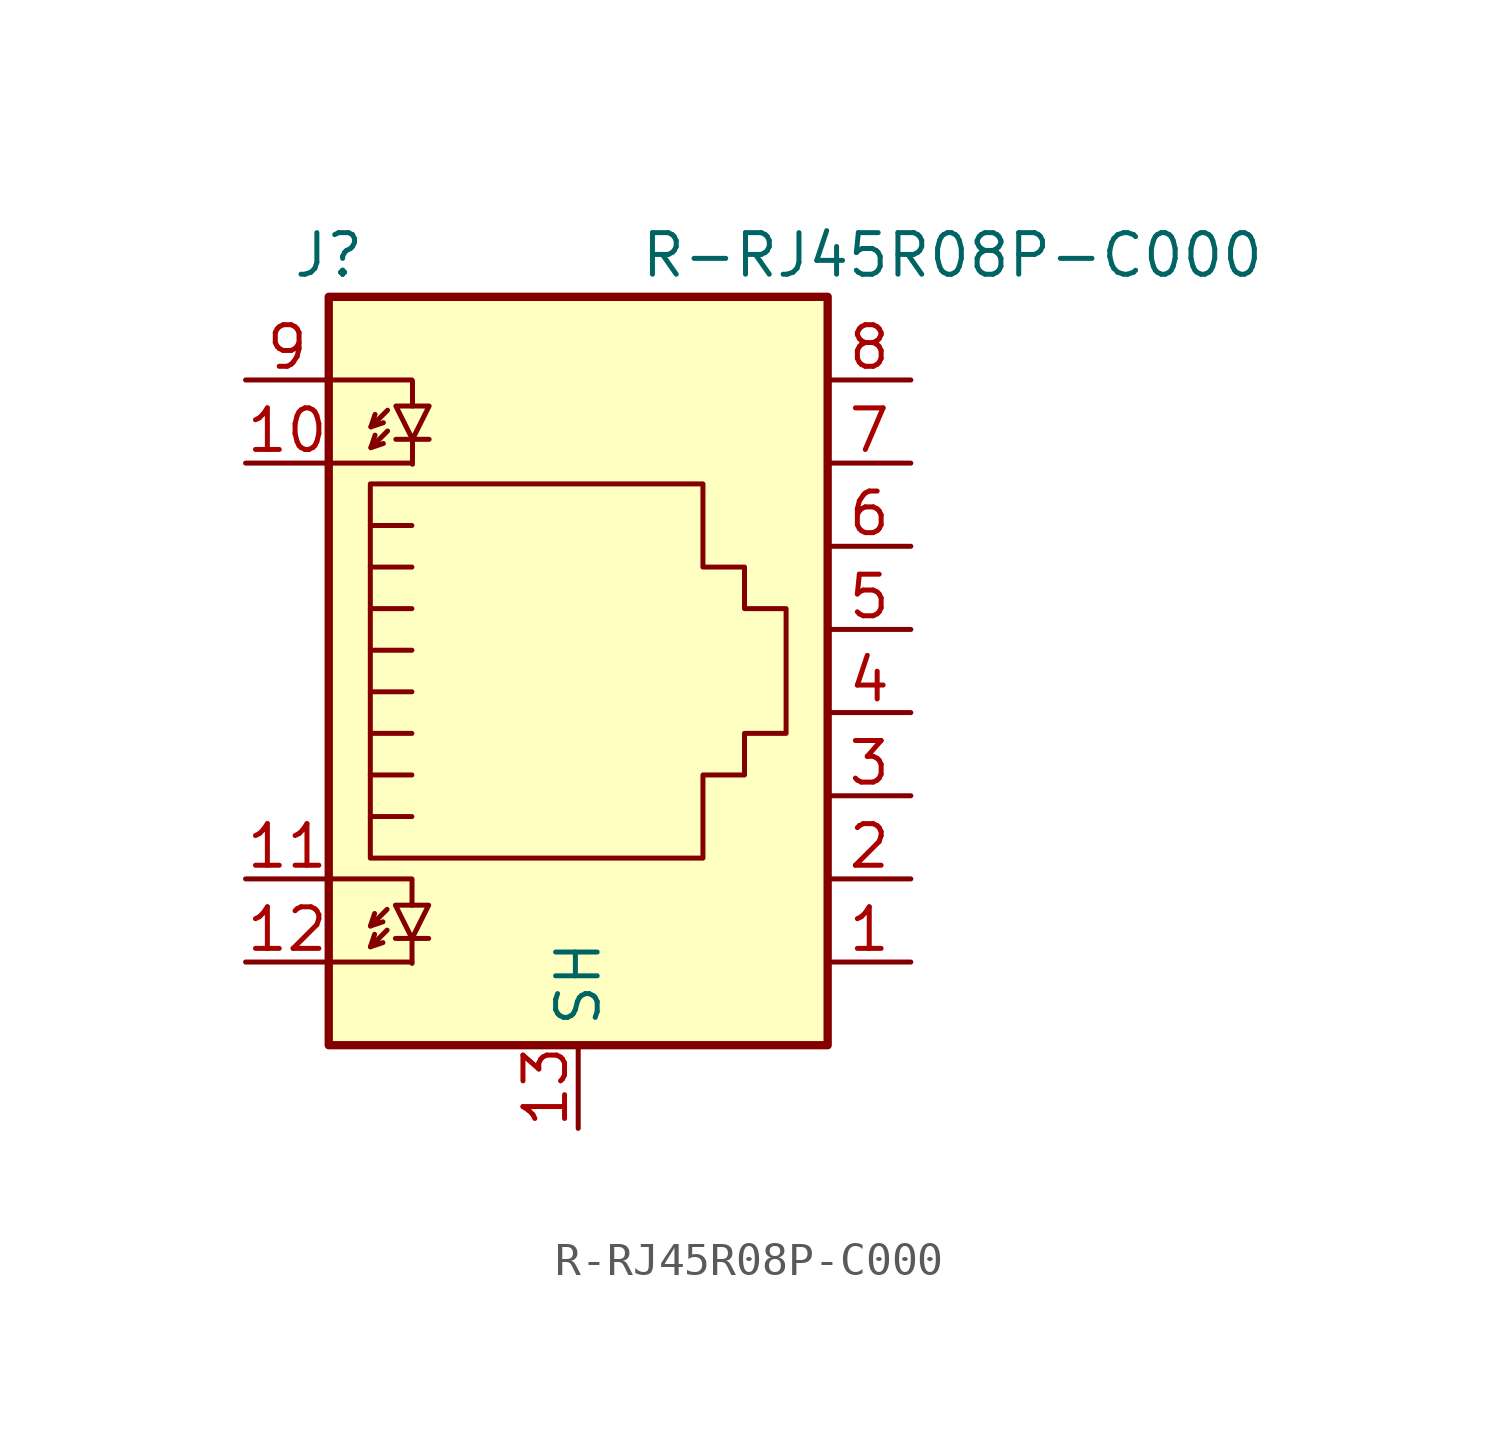
<source format=kicad_sym>
(kicad_symbol_lib
  (version 20231120)
  (generator "kicad_symbol_editor")
  (generator_version "8.0")
  (symbol "R-RJ45R08P-C000"
    (property "Reference" "J"
      (at -7.62 12.7 0)
      (effects (font (size 1.27 1.27))))
    (property "Value" "R-RJ45R08P-C000"
      (at 11.43 12.7 0)
      (effects (font (size 1.27 1.27))))
    (symbol "R-RJ45R08P-C000_0_1"
      (rectangle (start -7.62 11.43) (end 7.62 -11.43) (stroke (width 0.254) (type default)) (fill (type background)))
      (polyline (pts (xy -7.62 -8.89) (xy -5.08 -8.89)) (stroke (width 0) (type default)) (fill (type none)))
      (polyline (pts (xy -7.62 -6.35) (xy -5.08 -6.35)) (stroke (width 0) (type default)) (fill (type none)))
      (polyline (pts (xy -7.62 6.35) (xy -5.08 6.35)) (stroke (width 0) (type default)) (fill (type none)))
      (polyline (pts (xy -7.62 8.89) (xy -5.08 8.89)) (stroke (width 0) (type default)) (fill (type none)))
      (polyline (pts (xy -6.346 -8.423) (xy -6.219 -8.042)) (stroke (width 0) (type default)) (fill (type none)))
      (polyline (pts (xy -6.346 -7.788) (xy -6.219 -7.407)) (stroke (width 0) (type default)) (fill (type none)))
      (polyline (pts (xy -6.332 6.823) (xy -6.205 7.204)) (stroke (width 0) (type default)) (fill (type none)))
      (polyline (pts (xy -6.332 7.458) (xy -6.205 7.839)) (stroke (width 0) (type default)) (fill (type none)))
      (polyline (pts (xy -5.08 3.175) (xy -6.35 3.175)) (stroke (width 0) (type default)) (fill (type none)))
      (polyline (pts (xy -5.08 4.445) (xy -6.35 4.445)) (stroke (width 0) (type default)) (fill (type none)))
      (polyline (pts (xy -5.076 -8.931) (xy -5.076 -8.169)) (stroke (width 0) (type default)) (fill (type none)))
      (polyline (pts (xy -5.076 -6.391) (xy -5.076 -7.153)) (stroke (width 0) (type default)) (fill (type none)))
      (polyline (pts (xy -5.062 6.315) (xy -5.062 7.077)) (stroke (width 0) (type default)) (fill (type none)))
      (polyline (pts (xy -5.062 8.855) (xy -5.062 8.093)) (stroke (width 0) (type default)) (fill (type none)))
      (polyline (pts (xy -4.568 -8.169) (xy -5.584 -8.169)) (stroke (width 0) (type default)) (fill (type none)))
      (polyline (pts (xy -4.554 7.077) (xy -5.57 7.077)) (stroke (width 0) (type default)) (fill (type none)))
      (polyline (pts (xy -6.35 -4.445) (xy -5.08 -4.445) (xy -5.08 -4.445)) (stroke (width 0) (type default)) (fill (type none)))
      (polyline (pts (xy -6.35 -3.175) (xy -5.08 -3.175) (xy -5.08 -3.175)) (stroke (width 0) (type default)) (fill (type none)))
      (polyline (pts (xy -6.35 -1.905) (xy -5.08 -1.905) (xy -5.08 -1.905)) (stroke (width 0) (type default)) (fill (type none)))
      (polyline (pts (xy -6.35 -0.635) (xy -5.08 -0.635) (xy -5.08 -0.635)) (stroke (width 0) (type default)) (fill (type none)))
      (polyline (pts (xy -6.35 0.635) (xy -5.08 0.635) (xy -5.08 0.635)) (stroke (width 0) (type default)) (fill (type none)))
      (polyline (pts (xy -5.838 -7.915) (xy -6.346 -8.423) (xy -5.965 -8.296)) (stroke (width 0) (type default)) (fill (type none)))
      (polyline (pts (xy -5.838 -7.28) (xy -6.346 -7.788) (xy -5.965 -7.661)) (stroke (width 0) (type default)) (fill (type none)))
      (polyline (pts (xy -5.824 7.331) (xy -6.332 6.823) (xy -5.951 6.95)) (stroke (width 0) (type default)) (fill (type none)))
      (polyline (pts (xy -5.824 7.966) (xy -6.332 7.458) (xy -5.951 7.585)) (stroke (width 0) (type default)) (fill (type none)))
      (polyline (pts (xy -5.08 1.905) (xy -6.35 1.905) (xy -6.35 1.905)) (stroke (width 0) (type default)) (fill (type none)))
      (polyline (pts (xy -5.076 -8.169) (xy -4.568 -7.153) (xy -5.584 -7.153) (xy -5.076 -8.169)) (stroke (width 0) (type default)) (fill (type none)))
      (polyline (pts (xy -5.062 7.077) (xy -4.554 8.093) (xy -5.57 8.093) (xy -5.062 7.077)) (stroke (width 0) (type default)) (fill (type none)))
      (polyline (pts (xy -6.35 -5.715) (xy -6.35 5.715) (xy 3.81 5.715) (xy 3.81 3.175) (xy 5.08 3.175) (xy 5.08 1.905) (xy 6.35 1.905) (xy 6.35 -1.905) (xy 5.08 -1.905) (xy 5.08 -3.175) (xy 3.81 -3.175) (xy 3.81 -5.715) (xy -6.35 -5.715) (xy -6.35 -5.715)) (stroke (width 0) (type default)) (fill (type none))))
    (symbol "R-RJ45R08P-C000_1_1"
      (pin passive line (at 10.16 -8.89 180) (length 2.54) (name "~" (effects (font (size 1.27 1.27)))) (number "1" (effects (font (size 1.27 1.27)))))
      (pin passive line (at -10.16 6.35 0) (length 2.54) (name "~" (effects (font (size 1.27 1.27)))) (number "10" (effects (font (size 1.27 1.27)))))
      (pin passive line (at -10.16 -6.35 0) (length 2.54) (name "~" (effects (font (size 1.27 1.27)))) (number "11" (effects (font (size 1.27 1.27)))))
      (pin passive line (at -10.16 -8.89 0) (length 2.54) (name "~" (effects (font (size 1.27 1.27)))) (number "12" (effects (font (size 1.27 1.27)))))
      (pin passive line (at 0 -13.97 90) (length 2.54) (name "SH" (effects (font (size 1.27 1.27)))) (number "13" (effects (font (size 1.27 1.27)))))
      (pin passive line (at 10.16 -6.35 180) (length 2.54) (name "~" (effects (font (size 1.27 1.27)))) (number "2" (effects (font (size 1.27 1.27)))))
      (pin passive line (at 10.16 -3.81 180) (length 2.54) (name "~" (effects (font (size 1.27 1.27)))) (number "3" (effects (font (size 1.27 1.27)))))
      (pin passive line (at 10.16 -1.27 180) (length 2.54) (name "~" (effects (font (size 1.27 1.27)))) (number "4" (effects (font (size 1.27 1.27)))))
      (pin passive line (at 10.16 1.27 180) (length 2.54) (name "~" (effects (font (size 1.27 1.27)))) (number "5" (effects (font (size 1.27 1.27)))))
      (pin passive line (at 10.16 3.81 180) (length 2.54) (name "~" (effects (font (size 1.27 1.27)))) (number "6" (effects (font (size 1.27 1.27)))))
      (pin passive line (at 10.16 6.35 180) (length 2.54) (name "~" (effects (font (size 1.27 1.27)))) (number "7" (effects (font (size 1.27 1.27)))))
      (pin passive line (at 10.16 8.89 180) (length 2.54) (name "~" (effects (font (size 1.27 1.27)))) (number "8" (effects (font (size 1.27 1.27)))))
      (pin passive line (at -10.16 8.89 0) (length 2.54) (name "~" (effects (font (size 1.27 1.27)))) (number "9" (effects (font (size 1.27 1.27))))))))
</source>
